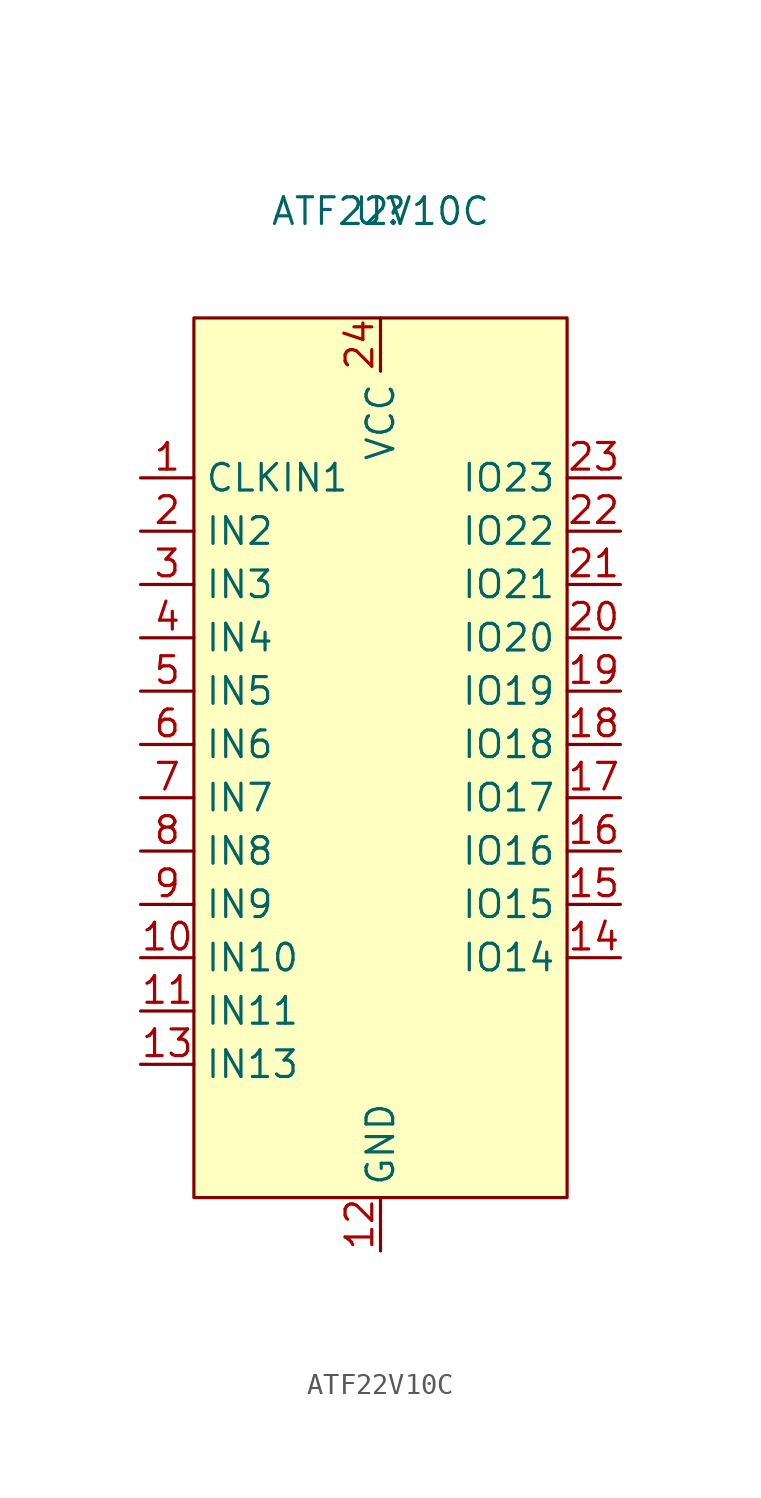
<source format=kicad_sym>
(kicad_symbol_lib
  (version 20220914)
  (generator kicad_symbol_editor)
  (symbol "ATF22V10C"
    (property "Reference" "U"
      (at 0 0 0)
      (effects (font (size 1.27 1.27))))
    (property "Value" "ATF22V10C"
      (at 0 0 0)
      (effects (font (size 1.27 1.27))))
    (symbol "ATF22V10C_1_1"
      (rectangle (start -8.89 -5.08) (end 8.89 -46.99) (stroke (width 0) (type default)) (fill (type background)))
      (pin input line (at -11.43 -12.7 0) (length 2.54) (name "CLKIN1" (effects (font (size 1.27 1.27)))) (number "1" (effects (font (size 1.27 1.27)))))
      (pin input line (at -11.43 -35.56 0) (length 2.54) (name "IN10" (effects (font (size 1.27 1.27)))) (number "10" (effects (font (size 1.27 1.27)))))
      (pin input line (at -11.43 -38.1 0) (length 2.54) (name "IN11" (effects (font (size 1.27 1.27)))) (number "11" (effects (font (size 1.27 1.27)))))
      (pin power_in line (at 0 -49.53 90) (length 2.54) (name "GND" (effects (font (size 1.27 1.27)))) (number "12" (effects (font (size 1.27 1.27)))))
      (pin input line (at -11.43 -40.64 0) (length 2.54) (name "IN13" (effects (font (size 1.27 1.27)))) (number "13" (effects (font (size 1.27 1.27)))))
      (pin output line (at 11.43 -35.56 180) (length 2.54) (name "IO14" (effects (font (size 1.27 1.27)))) (number "14" (effects (font (size 1.27 1.27)))))
      (pin output line (at 11.43 -33.02 180) (length 2.54) (name "IO15" (effects (font (size 1.27 1.27)))) (number "15" (effects (font (size 1.27 1.27)))))
      (pin output line (at 11.43 -30.48 180) (length 2.54) (name "IO16" (effects (font (size 1.27 1.27)))) (number "16" (effects (font (size 1.27 1.27)))))
      (pin output line (at 11.43 -27.94 180) (length 2.54) (name "IO17" (effects (font (size 1.27 1.27)))) (number "17" (effects (font (size 1.27 1.27)))))
      (pin output line (at 11.43 -25.4 180) (length 2.54) (name "IO18" (effects (font (size 1.27 1.27)))) (number "18" (effects (font (size 1.27 1.27)))))
      (pin output line (at 11.43 -22.86 180) (length 2.54) (name "IO19" (effects (font (size 1.27 1.27)))) (number "19" (effects (font (size 1.27 1.27)))))
      (pin input line (at -11.43 -15.24 0) (length 2.54) (name "IN2" (effects (font (size 1.27 1.27)))) (number "2" (effects (font (size 1.27 1.27)))))
      (pin output line (at 11.43 -20.32 180) (length 2.54) (name "IO20" (effects (font (size 1.27 1.27)))) (number "20" (effects (font (size 1.27 1.27)))))
      (pin output line (at 11.43 -17.78 180) (length 2.54) (name "IO21" (effects (font (size 1.27 1.27)))) (number "21" (effects (font (size 1.27 1.27)))))
      (pin output line (at 11.43 -15.24 180) (length 2.54) (name "IO22" (effects (font (size 1.27 1.27)))) (number "22" (effects (font (size 1.27 1.27)))))
      (pin output line (at 11.43 -12.7 180) (length 2.54) (name "IO23" (effects (font (size 1.27 1.27)))) (number "23" (effects (font (size 1.27 1.27)))))
      (pin power_in line (at 0 -5.08 270) (length 2.54) (name "VCC" (effects (font (size 1.27 1.27)))) (number "24" (effects (font (size 1.27 1.27)))))
      (pin input line (at -11.43 -17.78 0) (length 2.54) (name "IN3" (effects (font (size 1.27 1.27)))) (number "3" (effects (font (size 1.27 1.27)))))
      (pin input line (at -11.43 -20.32 0) (length 2.54) (name "IN4" (effects (font (size 1.27 1.27)))) (number "4" (effects (font (size 1.27 1.27)))))
      (pin input line (at -11.43 -22.86 0) (length 2.54) (name "IN5" (effects (font (size 1.27 1.27)))) (number "5" (effects (font (size 1.27 1.27)))))
      (pin input line (at -11.43 -25.4 0) (length 2.54) (name "IN6" (effects (font (size 1.27 1.27)))) (number "6" (effects (font (size 1.27 1.27)))))
      (pin input line (at -11.43 -27.94 0) (length 2.54) (name "IN7" (effects (font (size 1.27 1.27)))) (number "7" (effects (font (size 1.27 1.27)))))
      (pin input line (at -11.43 -30.48 0) (length 2.54) (name "IN8" (effects (font (size 1.27 1.27)))) (number "8" (effects (font (size 1.27 1.27)))))
      (pin input line (at -11.43 -33.02 0) (length 2.54) (name "IN9" (effects (font (size 1.27 1.27)))) (number "9" (effects (font (size 1.27 1.27))))))))
</source>
